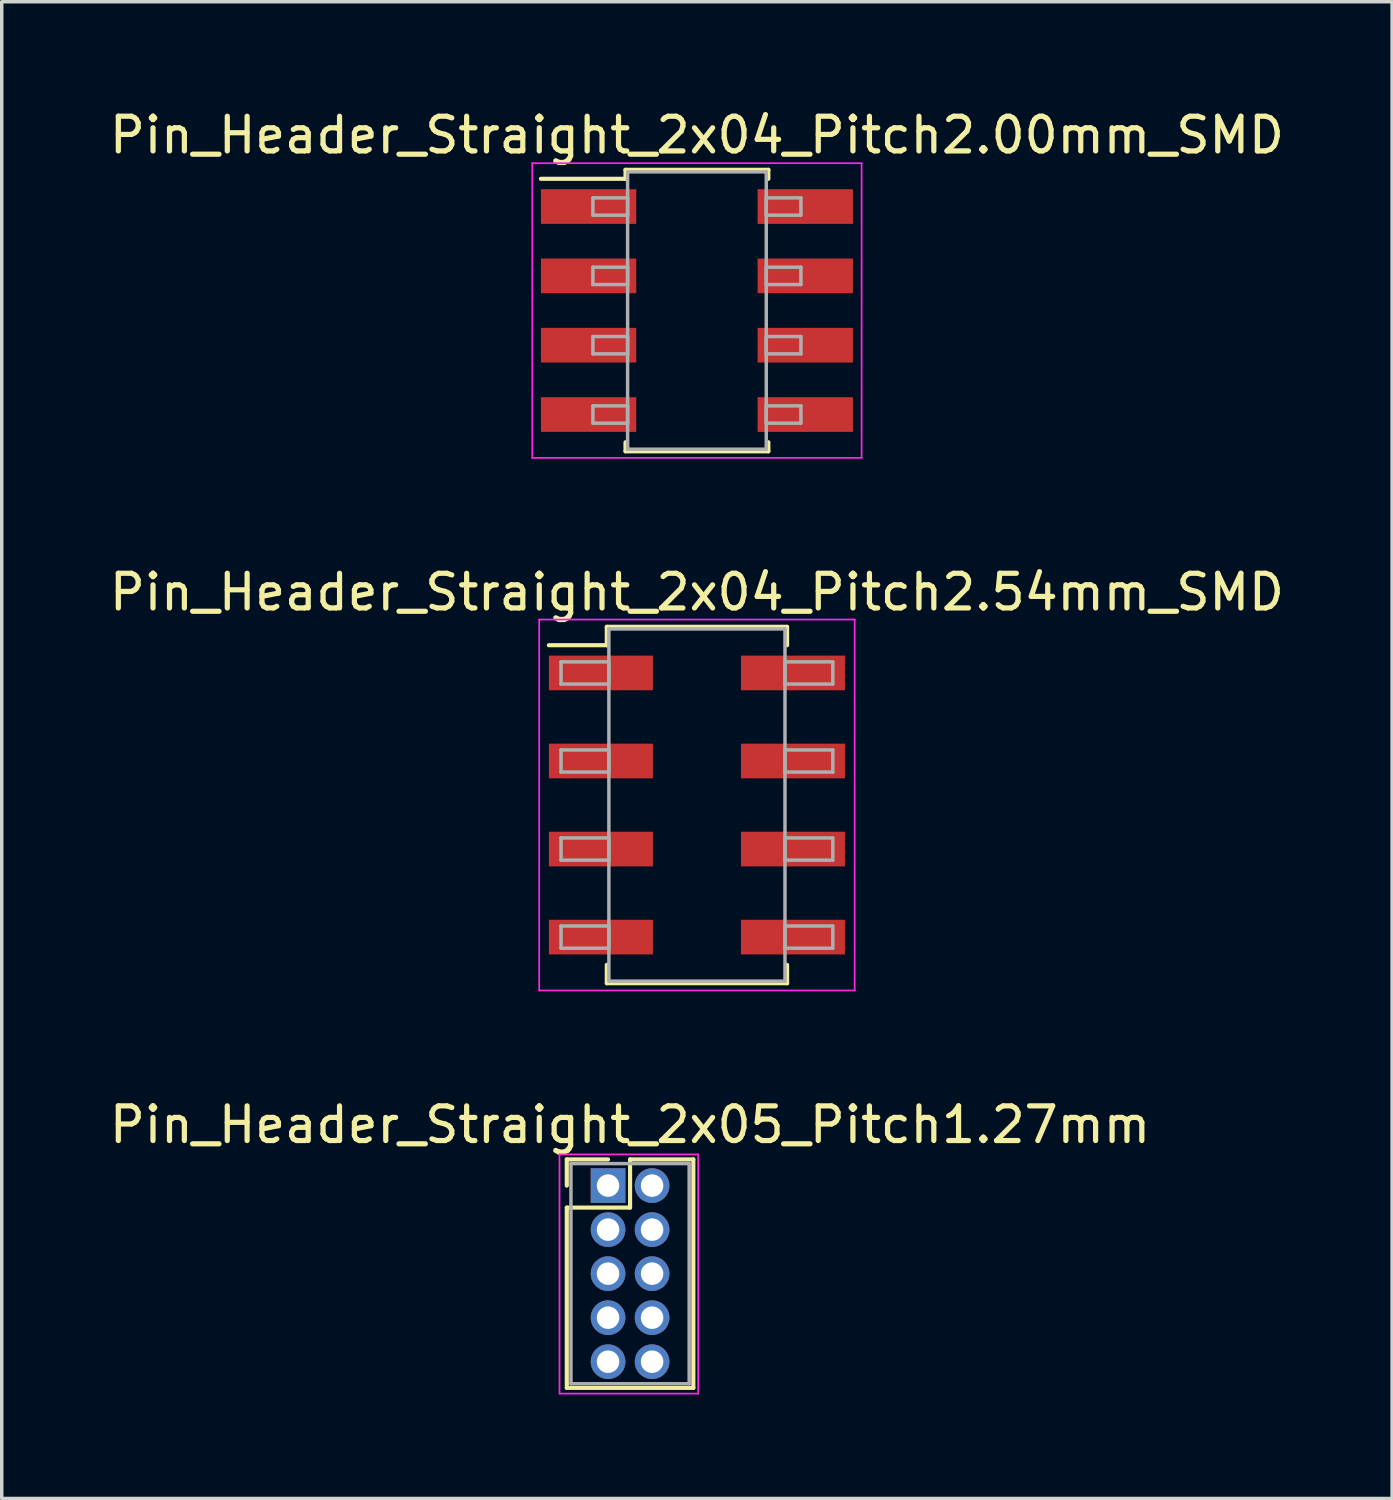
<source format=kicad_pcb>
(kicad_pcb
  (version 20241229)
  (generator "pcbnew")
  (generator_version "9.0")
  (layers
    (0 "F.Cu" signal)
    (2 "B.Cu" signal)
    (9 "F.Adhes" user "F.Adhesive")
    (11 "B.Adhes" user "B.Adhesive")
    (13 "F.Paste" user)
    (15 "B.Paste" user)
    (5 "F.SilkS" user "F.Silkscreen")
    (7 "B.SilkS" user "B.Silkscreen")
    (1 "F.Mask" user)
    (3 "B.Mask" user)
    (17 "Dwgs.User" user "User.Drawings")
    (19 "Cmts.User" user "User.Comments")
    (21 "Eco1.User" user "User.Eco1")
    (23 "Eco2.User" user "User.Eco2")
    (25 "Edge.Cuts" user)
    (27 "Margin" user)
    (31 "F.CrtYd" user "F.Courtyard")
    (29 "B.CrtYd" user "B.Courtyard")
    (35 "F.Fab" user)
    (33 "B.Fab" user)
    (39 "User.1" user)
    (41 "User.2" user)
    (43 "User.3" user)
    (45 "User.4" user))
  (footprint "Pin_Header_Straight_2x05_Pitch1.27mm"
    (layer "F.Cu")
    (at 14.49 31.15)
    (property "Reference" "Pin_Header_Straight_2x05_Pitch1.27mm" (at 0.635 -1.755 0) (layer "F.SilkS") (effects (font (size 1 1) (thickness 0.15))))
    (attr through_hole)
    (fp_line (start -1.19 -0.755) (end 0 -0.755) (stroke (width 0.12) (type solid)) (layer "F.SilkS"))
    (fp_line (start -1.19 0) (end -1.19 -0.755) (stroke (width 0.12) (type solid)) (layer "F.SilkS"))
    (fp_line (start -1.19 0.635) (end -1.19 5.835) (stroke (width 0.12) (type solid)) (layer "F.SilkS"))
    (fp_line (start -1.19 5.835) (end 2.46 5.835) (stroke (width 0.12) (type solid)) (layer "F.SilkS"))
    (fp_line (start 0.635 -0.755) (end 0.635 0.635) (stroke (width 0.12) (type solid)) (layer "F.SilkS"))
    (fp_line (start 0.635 0.635) (end -1.19 0.635) (stroke (width 0.12) (type solid)) (layer "F.SilkS"))
    (fp_line (start 2.46 -0.755) (end 0.635 -0.755) (stroke (width 0.12) (type solid)) (layer "F.SilkS"))
    (fp_line (start 2.46 5.835) (end 2.46 -0.755) (stroke (width 0.12) (type solid)) (layer "F.SilkS"))
    (fp_line (start -1.4 -0.9) (end -1.4 6) (stroke (width 0.05) (type solid)) (layer "F.CrtYd"))
    (fp_line (start -1.4 6) (end 2.6 6) (stroke (width 0.05) (type solid)) (layer "F.CrtYd"))
    (fp_line (start 2.6 -0.9) (end -1.4 -0.9) (stroke (width 0.05) (type solid)) (layer "F.CrtYd"))
    (fp_line (start 2.6 6) (end 2.6 -0.9) (stroke (width 0.05) (type solid)) (layer "F.CrtYd"))
    (fp_line (start -1.07 -0.635) (end -1.07 5.715) (stroke (width 0.1) (type solid)) (layer "F.Fab"))
    (fp_line (start -1.07 5.715) (end 2.34 5.715) (stroke (width 0.1) (type solid)) (layer "F.Fab"))
    (fp_line (start 2.34 -0.635) (end -1.07 -0.635) (stroke (width 0.1) (type solid)) (layer "F.Fab"))
    (fp_line (start 2.34 5.715) (end 2.34 -0.635) (stroke (width 0.1) (type solid)) (layer "F.Fab"))
    (pad "1" thru_hole rect (at 0 0) (size 1 1) (drill 0.65) (layers "*.Cu" "*.Mask"))
    (pad "2" thru_hole oval (at 1.27 0) (size 1 1) (drill 0.65) (layers "*.Cu" "*.Mask"))
    (pad "3" thru_hole oval (at 0 1.27) (size 1 1) (drill 0.65) (layers "*.Cu" "*.Mask"))
    (pad "4" thru_hole oval (at 1.27 1.27) (size 1 1) (drill 0.65) (layers "*.Cu" "*.Mask"))
    (pad "5" thru_hole oval (at 0 2.54) (size 1 1) (drill 0.65) (layers "*.Cu" "*.Mask"))
    (pad "6" thru_hole oval (at 1.27 2.54) (size 1 1) (drill 0.65) (layers "*.Cu" "*.Mask"))
    (pad "7" thru_hole oval (at 0 3.81) (size 1 1) (drill 0.65) (layers "*.Cu" "*.Mask"))
    (pad "8" thru_hole oval (at 1.27 3.81) (size 1 1) (drill 0.65) (layers "*.Cu" "*.Mask"))
    (pad "9" thru_hole oval (at 0 5.08) (size 1 1) (drill 0.65) (layers "*.Cu" "*.Mask"))
    (pad "10" thru_hole oval (at 1.27 5.08) (size 1 1) (drill 0.65) (layers "*.Cu" "*.Mask")))
  (footprint "Pin_Header_Straight_2x04_Pitch2.54mm_SMD"
    (layer "F.Cu")
    (at 17.054 20.172)
    (property "Reference" "Pin_Header_Straight_2x04_Pitch2.54mm_SMD" (at 0 -6.14 0) (layer "F.SilkS") (effects (font (size 1 1) (thickness 0.15))))
    (attr smd)
    (fp_line (start -4.27 -4.61) (end -2.6 -4.61) (stroke (width 0.12) (type solid)) (layer "F.SilkS"))
    (fp_line (start -2.6 -5.14) (end 2.6 -5.14) (stroke (width 0.12) (type solid)) (layer "F.SilkS"))
    (fp_line (start -2.6 -4.61) (end -2.6 -5.14) (stroke (width 0.12) (type solid)) (layer "F.SilkS"))
    (fp_line (start -2.6 4.61) (end -2.6 5.14) (stroke (width 0.12) (type solid)) (layer "F.SilkS"))
    (fp_line (start -2.6 5.14) (end 2.6 5.14) (stroke (width 0.12) (type solid)) (layer "F.SilkS"))
    (fp_line (start 2.6 -5.14) (end 2.6 -4.61) (stroke (width 0.12) (type solid)) (layer "F.SilkS"))
    (fp_line (start 2.6 5.14) (end 2.6 4.61) (stroke (width 0.12) (type solid)) (layer "F.SilkS"))
    (fp_line (start -4.55 -5.35) (end -4.55 5.35) (stroke (width 0.05) (type solid)) (layer "F.CrtYd"))
    (fp_line (start -4.55 5.35) (end 4.55 5.35) (stroke (width 0.05) (type solid)) (layer "F.CrtYd"))
    (fp_line (start 4.55 -5.35) (end -4.55 -5.35) (stroke (width 0.05) (type solid)) (layer "F.CrtYd"))
    (fp_line (start 4.55 5.35) (end 4.55 -5.35) (stroke (width 0.05) (type solid)) (layer "F.CrtYd"))
    (fp_line (start -3.92 -4.13) (end -2.54 -4.13) (stroke (width 0.1) (type solid)) (layer "F.Fab"))
    (fp_line (start -3.92 -3.49) (end -3.92 -4.13) (stroke (width 0.1) (type solid)) (layer "F.Fab"))
    (fp_line (start -3.92 -1.59) (end -2.54 -1.59) (stroke (width 0.1) (type solid)) (layer "F.Fab"))
    (fp_line (start -3.92 -0.95) (end -3.92 -1.59) (stroke (width 0.1) (type solid)) (layer "F.Fab"))
    (fp_line (start -3.92 0.95) (end -2.54 0.95) (stroke (width 0.1) (type solid)) (layer "F.Fab"))
    (fp_line (start -3.92 1.59) (end -3.92 0.95) (stroke (width 0.1) (type solid)) (layer "F.Fab"))
    (fp_line (start -3.92 3.49) (end -2.54 3.49) (stroke (width 0.1) (type solid)) (layer "F.Fab"))
    (fp_line (start -3.92 4.13) (end -3.92 3.49) (stroke (width 0.1) (type solid)) (layer "F.Fab"))
    (fp_line (start -2.54 -5.08) (end -2.54 5.08) (stroke (width 0.1) (type solid)) (layer "F.Fab"))
    (fp_line (start -2.54 -4.13) (end -2.54 -3.49) (stroke (width 0.1) (type solid)) (layer "F.Fab"))
    (fp_line (start -2.54 -3.49) (end -3.92 -3.49) (stroke (width 0.1) (type solid)) (layer "F.Fab"))
    (fp_line (start -2.54 -1.59) (end -2.54 -0.95) (stroke (width 0.1) (type solid)) (layer "F.Fab"))
    (fp_line (start -2.54 -0.95) (end -3.92 -0.95) (stroke (width 0.1) (type solid)) (layer "F.Fab"))
    (fp_line (start -2.54 0.95) (end -2.54 1.59) (stroke (width 0.1) (type solid)) (layer "F.Fab"))
    (fp_line (start -2.54 1.59) (end -3.92 1.59) (stroke (width 0.1) (type solid)) (layer "F.Fab"))
    (fp_line (start -2.54 3.49) (end -2.54 4.13) (stroke (width 0.1) (type solid)) (layer "F.Fab"))
    (fp_line (start -2.54 4.13) (end -3.92 4.13) (stroke (width 0.1) (type solid)) (layer "F.Fab"))
    (fp_line (start -2.54 5.08) (end 2.54 5.08) (stroke (width 0.1) (type solid)) (layer "F.Fab"))
    (fp_line (start 2.54 -5.08) (end -2.54 -5.08) (stroke (width 0.1) (type solid)) (layer "F.Fab"))
    (fp_line (start 2.54 -4.13) (end 2.54 -3.49) (stroke (width 0.1) (type solid)) (layer "F.Fab"))
    (fp_line (start 2.54 -3.49) (end 3.92 -3.49) (stroke (width 0.1) (type solid)) (layer "F.Fab"))
    (fp_line (start 2.54 -1.59) (end 2.54 -0.95) (stroke (width 0.1) (type solid)) (layer "F.Fab"))
    (fp_line (start 2.54 -0.95) (end 3.92 -0.95) (stroke (width 0.1) (type solid)) (layer "F.Fab"))
    (fp_line (start 2.54 0.95) (end 2.54 1.59) (stroke (width 0.1) (type solid)) (layer "F.Fab"))
    (fp_line (start 2.54 1.59) (end 3.92 1.59) (stroke (width 0.1) (type solid)) (layer "F.Fab"))
    (fp_line (start 2.54 3.49) (end 2.54 4.13) (stroke (width 0.1) (type solid)) (layer "F.Fab"))
    (fp_line (start 2.54 4.13) (end 3.92 4.13) (stroke (width 0.1) (type solid)) (layer "F.Fab"))
    (fp_line (start 2.54 5.08) (end 2.54 -5.08) (stroke (width 0.1) (type solid)) (layer "F.Fab"))
    (fp_line (start 3.92 -4.13) (end 2.54 -4.13) (stroke (width 0.1) (type solid)) (layer "F.Fab"))
    (fp_line (start 3.92 -3.49) (end 3.92 -4.13) (stroke (width 0.1) (type solid)) (layer "F.Fab"))
    (fp_line (start 3.92 -1.59) (end 2.54 -1.59) (stroke (width 0.1) (type solid)) (layer "F.Fab"))
    (fp_line (start 3.92 -0.95) (end 3.92 -1.59) (stroke (width 0.1) (type solid)) (layer "F.Fab"))
    (fp_line (start 3.92 0.95) (end 2.54 0.95) (stroke (width 0.1) (type solid)) (layer "F.Fab"))
    (fp_line (start 3.92 1.59) (end 3.92 0.95) (stroke (width 0.1) (type solid)) (layer "F.Fab"))
    (fp_line (start 3.92 3.49) (end 2.54 3.49) (stroke (width 0.1) (type solid)) (layer "F.Fab"))
    (fp_line (start 3.92 4.13) (end 3.92 3.49) (stroke (width 0.1) (type solid)) (layer "F.Fab"))
    (pad "1" smd rect (at -2.77 -3.81) (size 3 1) (layers "F.Cu" "F.Mask"))
    (pad "2" smd rect (at 2.77 -3.81) (size 3 1) (layers "F.Cu" "F.Mask"))
    (pad "3" smd rect (at -2.77 -1.27) (size 3 1) (layers "F.Cu" "F.Mask"))
    (pad "4" smd rect (at 2.77 -1.27) (size 3 1) (layers "F.Cu" "F.Mask"))
    (pad "5" smd rect (at -2.77 1.27) (size 3 1) (layers "F.Cu" "F.Mask"))
    (pad "6" smd rect (at 2.77 1.27) (size 3 1) (layers "F.Cu" "F.Mask"))
    (pad "7" smd rect (at -2.77 3.81) (size 3 1) (layers "F.Cu" "F.Mask"))
    (pad "8" smd rect (at 2.77 3.81) (size 3 1) (layers "F.Cu" "F.Mask")))
  (footprint "Pin_Header_Straight_2x04_Pitch2.00mm_SMD"
    (layer "F.Cu")
    (at 17.054 5.908)
    (property "Reference" "Pin_Header_Straight_2x04_Pitch2.00mm_SMD" (at 0 -5.06 0) (layer "F.SilkS") (effects (font (size 1 1) (thickness 0.15))))
    (attr smd)
    (fp_line (start -4.5 -3.8) (end -2.06 -3.8) (stroke (width 0.12) (type solid)) (layer "F.SilkS"))
    (fp_line (start -2.06 -4.06) (end 2.06 -4.06) (stroke (width 0.12) (type solid)) (layer "F.SilkS"))
    (fp_line (start -2.06 -3.8) (end -2.06 -4.06) (stroke (width 0.12) (type solid)) (layer "F.SilkS"))
    (fp_line (start -2.06 3.8) (end -2.06 4.06) (stroke (width 0.12) (type solid)) (layer "F.SilkS"))
    (fp_line (start -2.06 4.06) (end 2.06 4.06) (stroke (width 0.12) (type solid)) (layer "F.SilkS"))
    (fp_line (start 2.06 -4.06) (end 2.06 -3.8) (stroke (width 0.12) (type solid)) (layer "F.SilkS"))
    (fp_line (start 2.06 4.06) (end 2.06 3.8) (stroke (width 0.12) (type solid)) (layer "F.SilkS"))
    (fp_line (start -4.75 -4.25) (end -4.75 4.25) (stroke (width 0.05) (type solid)) (layer "F.CrtYd"))
    (fp_line (start -4.75 4.25) (end 4.75 4.25) (stroke (width 0.05) (type solid)) (layer "F.CrtYd"))
    (fp_line (start 4.75 -4.25) (end -4.75 -4.25) (stroke (width 0.05) (type solid)) (layer "F.CrtYd"))
    (fp_line (start 4.75 4.25) (end 4.75 -4.25) (stroke (width 0.05) (type solid)) (layer "F.CrtYd"))
    (fp_line (start -3 -3.25) (end -2 -3.25) (stroke (width 0.1) (type solid)) (layer "F.Fab"))
    (fp_line (start -3 -2.75) (end -3 -3.25) (stroke (width 0.1) (type solid)) (layer "F.Fab"))
    (fp_line (start -3 -1.25) (end -2 -1.25) (stroke (width 0.1) (type solid)) (layer "F.Fab"))
    (fp_line (start -3 -0.75) (end -3 -1.25) (stroke (width 0.1) (type solid)) (layer "F.Fab"))
    (fp_line (start -3 0.75) (end -2 0.75) (stroke (width 0.1) (type solid)) (layer "F.Fab"))
    (fp_line (start -3 1.25) (end -3 0.75) (stroke (width 0.1) (type solid)) (layer "F.Fab"))
    (fp_line (start -3 2.75) (end -2 2.75) (stroke (width 0.1) (type solid)) (layer "F.Fab"))
    (fp_line (start -3 3.25) (end -3 2.75) (stroke (width 0.1) (type solid)) (layer "F.Fab"))
    (fp_line (start -2 -4) (end -2 4) (stroke (width 0.1) (type solid)) (layer "F.Fab"))
    (fp_line (start -2 -3.25) (end -2 -2.75) (stroke (width 0.1) (type solid)) (layer "F.Fab"))
    (fp_line (start -2 -2.75) (end -3 -2.75) (stroke (width 0.1) (type solid)) (layer "F.Fab"))
    (fp_line (start -2 -1.25) (end -2 -0.75) (stroke (width 0.1) (type solid)) (layer "F.Fab"))
    (fp_line (start -2 -0.75) (end -3 -0.75) (stroke (width 0.1) (type solid)) (layer "F.Fab"))
    (fp_line (start -2 0.75) (end -2 1.25) (stroke (width 0.1) (type solid)) (layer "F.Fab"))
    (fp_line (start -2 1.25) (end -3 1.25) (stroke (width 0.1) (type solid)) (layer "F.Fab"))
    (fp_line (start -2 2.75) (end -2 3.25) (stroke (width 0.1) (type solid)) (layer "F.Fab"))
    (fp_line (start -2 3.25) (end -3 3.25) (stroke (width 0.1) (type solid)) (layer "F.Fab"))
    (fp_line (start -2 4) (end 2 4) (stroke (width 0.1) (type solid)) (layer "F.Fab"))
    (fp_line (start 2 -4) (end -2 -4) (stroke (width 0.1) (type solid)) (layer "F.Fab"))
    (fp_line (start 2 -3.25) (end 2 -2.75) (stroke (width 0.1) (type solid)) (layer "F.Fab"))
    (fp_line (start 2 -2.75) (end 3 -2.75) (stroke (width 0.1) (type solid)) (layer "F.Fab"))
    (fp_line (start 2 -1.25) (end 2 -0.75) (stroke (width 0.1) (type solid)) (layer "F.Fab"))
    (fp_line (start 2 -0.75) (end 3 -0.75) (stroke (width 0.1) (type solid)) (layer "F.Fab"))
    (fp_line (start 2 0.75) (end 2 1.25) (stroke (width 0.1) (type solid)) (layer "F.Fab"))
    (fp_line (start 2 1.25) (end 3 1.25) (stroke (width 0.1) (type solid)) (layer "F.Fab"))
    (fp_line (start 2 2.75) (end 2 3.25) (stroke (width 0.1) (type solid)) (layer "F.Fab"))
    (fp_line (start 2 3.25) (end 3 3.25) (stroke (width 0.1) (type solid)) (layer "F.Fab"))
    (fp_line (start 2 4) (end 2 -4) (stroke (width 0.1) (type solid)) (layer "F.Fab"))
    (fp_line (start 3 -3.25) (end 2 -3.25) (stroke (width 0.1) (type solid)) (layer "F.Fab"))
    (fp_line (start 3 -2.75) (end 3 -3.25) (stroke (width 0.1) (type solid)) (layer "F.Fab"))
    (fp_line (start 3 -1.25) (end 2 -1.25) (stroke (width 0.1) (type solid)) (layer "F.Fab"))
    (fp_line (start 3 -0.75) (end 3 -1.25) (stroke (width 0.1) (type solid)) (layer "F.Fab"))
    (fp_line (start 3 0.75) (end 2 0.75) (stroke (width 0.1) (type solid)) (layer "F.Fab"))
    (fp_line (start 3 1.25) (end 3 0.75) (stroke (width 0.1) (type solid)) (layer "F.Fab"))
    (fp_line (start 3 2.75) (end 2 2.75) (stroke (width 0.1) (type solid)) (layer "F.Fab"))
    (fp_line (start 3 3.25) (end 3 2.75) (stroke (width 0.1) (type solid)) (layer "F.Fab"))
    (pad "1" smd rect (at -3.125 -3) (size 2.75 1) (layers "F.Cu" "F.Mask"))
    (pad "2" smd rect (at 3.125 -3) (size 2.75 1) (layers "F.Cu" "F.Mask"))
    (pad "3" smd rect (at -3.125 -1) (size 2.75 1) (layers "F.Cu" "F.Mask"))
    (pad "4" smd rect (at 3.125 -1) (size 2.75 1) (layers "F.Cu" "F.Mask"))
    (pad "5" smd rect (at -3.125 1) (size 2.75 1) (layers "F.Cu" "F.Mask"))
    (pad "6" smd rect (at 3.125 1) (size 2.75 1) (layers "F.Cu" "F.Mask"))
    (pad "7" smd rect (at -3.125 3) (size 2.75 1) (layers "F.Cu" "F.Mask"))
    (pad "8" smd rect (at 3.125 3) (size 2.75 1) (layers "F.Cu" "F.Mask")))
  (gr_rect
    (start -3 -3)
    (end 37.107 40.175)
    (stroke (width 0.1) (type default))
    (fill no)
    (layer "Edge.Cuts")))
</source>
